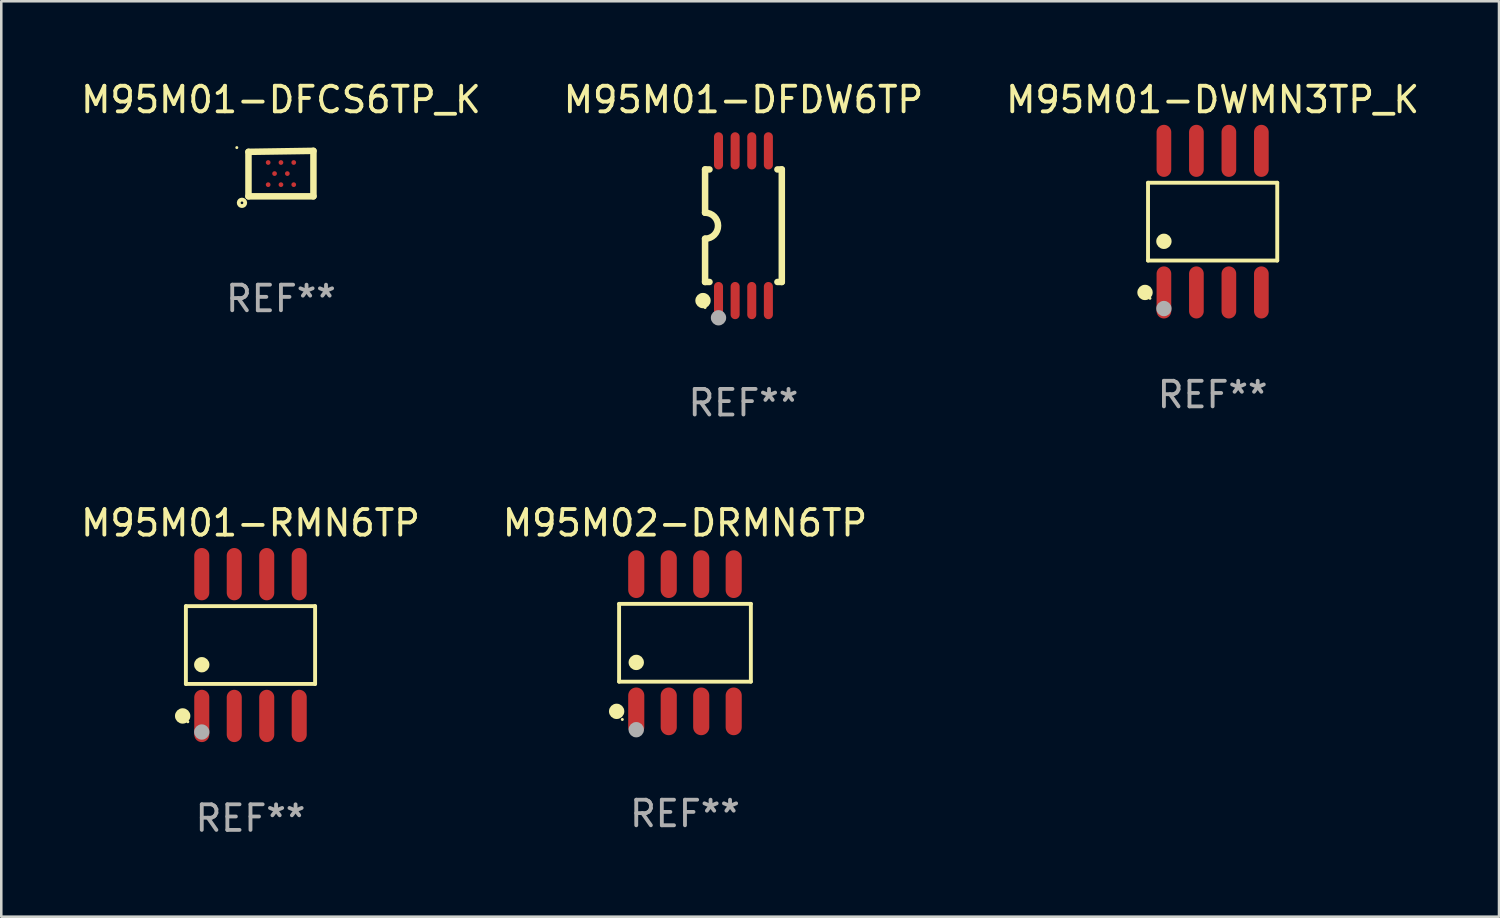
<source format=kicad_pcb>
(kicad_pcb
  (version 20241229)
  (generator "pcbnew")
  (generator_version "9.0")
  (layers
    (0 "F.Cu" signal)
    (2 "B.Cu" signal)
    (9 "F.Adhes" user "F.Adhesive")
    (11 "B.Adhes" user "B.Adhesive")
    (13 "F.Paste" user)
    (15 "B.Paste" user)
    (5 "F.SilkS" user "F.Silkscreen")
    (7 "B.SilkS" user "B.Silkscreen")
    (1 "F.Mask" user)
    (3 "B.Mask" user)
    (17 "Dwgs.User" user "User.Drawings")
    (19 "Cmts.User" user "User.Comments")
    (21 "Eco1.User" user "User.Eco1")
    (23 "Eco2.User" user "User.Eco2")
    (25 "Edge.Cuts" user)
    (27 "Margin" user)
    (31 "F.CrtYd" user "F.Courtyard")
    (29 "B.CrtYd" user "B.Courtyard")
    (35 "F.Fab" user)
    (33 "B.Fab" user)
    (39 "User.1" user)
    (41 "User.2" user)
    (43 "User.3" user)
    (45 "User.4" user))
  (footprint "M95M01-DWMN3TP_K"
    (layer "F.Cu")
    (at 44.363 5.616)
    (property "Reference" "M95M01-DWMN3TP_K" (at 0 -4.768 0) (layer "F.SilkS") (effects (font (size 1 1) (thickness 0.15))))
    (attr through_hole)
    (fp_line (start -2.526 -1.521) (end 2.526 -1.521) (stroke (width 0.152) (type solid)) (layer "F.SilkS"))
    (fp_line (start -2.526 1.521) (end -2.526 -1.521) (stroke (width 0.152) (type solid)) (layer "F.SilkS"))
    (fp_line (start 2.526 -1.521) (end 2.526 1.521) (stroke (width 0.152) (type solid)) (layer "F.SilkS"))
    (fp_line (start 2.526 1.521) (end -2.526 1.521) (stroke (width 0.152) (type solid)) (layer "F.SilkS"))
    (fp_circle (center -2.644 2.768) (end -2.494 2.768) (stroke (width 0.3) (type solid)) (fill no) (layer "F.SilkS"))
    (fp_circle (center -2.45 2.998) (end -2.42 2.998) (stroke (width 0.06) (type solid)) (fill no) (layer "F.SilkS"))
    (fp_circle (center -1.905 0.769) (end -1.755 0.769) (stroke (width 0.3) (type solid)) (fill no) (layer "F.SilkS"))
    (fp_circle (center -1.905 3.398) (end -1.755 3.398) (stroke (width 0.3) (type solid)) (fill no) (layer "F.Fab"))
    (fp_text user "REF**" (at 0 6.768 0) (layer "F.Fab") (effects (font (size 1 1) (thickness 0.15))))
    (pad "1" smd oval (at -1.905 2.768) (size 0.574 2.036) (layers "F.Cu" "F.Mask" "F.Paste"))
    (pad "2" smd oval (at -0.635 2.768) (size 0.574 2.036) (layers "F.Cu" "F.Mask" "F.Paste"))
    (pad "3" smd oval (at 0.635 2.768) (size 0.574 2.036) (layers "F.Cu" "F.Mask" "F.Paste"))
    (pad "4" smd oval (at 1.905 2.768) (size 0.574 2.036) (layers "F.Cu" "F.Mask" "F.Paste"))
    (pad "5" smd oval (at 1.905 -2.768) (size 0.574 2.036) (layers "F.Cu" "F.Mask" "F.Paste"))
    (pad "6" smd oval (at 0.635 -2.768) (size 0.574 2.036) (layers "F.Cu" "F.Mask" "F.Paste"))
    (pad "7" smd oval (at -0.635 -2.768) (size 0.574 2.036) (layers "F.Cu" "F.Mask" "F.Paste"))
    (pad "8" smd oval (at -1.905 -2.768) (size 0.574 2.036) (layers "F.Cu" "F.Mask" "F.Paste")))
  (footprint "M95M01-RMN6TP"
    (layer "F.Cu")
    (at 6.744 22.171)
    (property "Reference" "M95M01-RMN6TP" (at 0 -4.772 0) (layer "F.SilkS") (effects (font (size 1 1) (thickness 0.15))))
    (attr through_hole)
    (fp_line (start -2.526 -1.521) (end 2.526 -1.521) (stroke (width 0.152) (type solid)) (layer "F.SilkS"))
    (fp_line (start -2.526 1.521) (end -2.526 -1.521) (stroke (width 0.152) (type solid)) (layer "F.SilkS"))
    (fp_line (start 2.526 -1.521) (end 2.526 1.521) (stroke (width 0.152) (type solid)) (layer "F.SilkS"))
    (fp_line (start 2.526 1.521) (end -2.526 1.521) (stroke (width 0.152) (type solid)) (layer "F.SilkS"))
    (fp_circle (center -2.652 2.772) (end -2.501 2.772) (stroke (width 0.3) (type solid)) (fill no) (layer "F.SilkS"))
    (fp_circle (center -2.45 3) (end -2.42 3) (stroke (width 0.06) (type solid)) (fill no) (layer "F.SilkS"))
    (fp_circle (center -1.905 0.769) (end -1.755 0.769) (stroke (width 0.3) (type solid)) (fill no) (layer "F.SilkS"))
    (fp_circle (center -1.905 3.4) (end -1.755 3.4) (stroke (width 0.3) (type solid)) (fill no) (layer "F.Fab"))
    (fp_text user "REF**" (at 0 6.772 0) (layer "F.Fab") (effects (font (size 1 1) (thickness 0.15))))
    (pad "1" smd oval (at -1.905 2.772) (size 0.588 2.045) (layers "F.Cu" "F.Mask" "F.Paste"))
    (pad "2" smd oval (at -0.635 2.772) (size 0.588 2.045) (layers "F.Cu" "F.Mask" "F.Paste"))
    (pad "3" smd oval (at 0.635 2.772) (size 0.588 2.045) (layers "F.Cu" "F.Mask" "F.Paste"))
    (pad "4" smd oval (at 1.905 2.772) (size 0.588 2.045) (layers "F.Cu" "F.Mask" "F.Paste"))
    (pad "5" smd oval (at 1.905 -2.772) (size 0.588 2.045) (layers "F.Cu" "F.Mask" "F.Paste"))
    (pad "6" smd oval (at 0.635 -2.772) (size 0.588 2.045) (layers "F.Cu" "F.Mask" "F.Paste"))
    (pad "7" smd oval (at -0.635 -2.772) (size 0.588 2.045) (layers "F.Cu" "F.Mask" "F.Paste"))
    (pad "8" smd oval (at -1.905 -2.772) (size 0.588 2.045) (layers "F.Cu" "F.Mask" "F.Paste")))
  (footprint "M95M02-DRMN6TP"
    (layer "F.Cu")
    (at 23.732 22.081)
    (property "Reference" "M95M02-DRMN6TP" (at 0 -4.682 0) (layer "F.SilkS") (effects (font (size 1 1) (thickness 0.15))))
    (attr through_hole)
    (fp_line (start -2.576 -1.521) (end 2.576 -1.521) (stroke (width 0.152) (type solid)) (layer "F.SilkS"))
    (fp_line (start -2.576 1.521) (end -2.576 -1.521) (stroke (width 0.152) (type solid)) (layer "F.SilkS"))
    (fp_line (start 2.576 -1.521) (end 2.576 1.521) (stroke (width 0.152) (type solid)) (layer "F.SilkS"))
    (fp_line (start 2.576 1.521) (end -2.576 1.521) (stroke (width 0.152) (type solid)) (layer "F.SilkS"))
    (fp_circle (center -2.672 2.682) (end -2.522 2.682) (stroke (width 0.3) (type solid)) (fill no) (layer "F.SilkS"))
    (fp_circle (center -2.45 3) (end -2.42 3) (stroke (width 0.06) (type solid)) (fill no) (layer "F.SilkS"))
    (fp_circle (center -1.905 0.769) (end -1.755 0.769) (stroke (width 0.3) (type solid)) (fill no) (layer "F.SilkS"))
    (fp_circle (center -1.905 3.4) (end -1.755 3.4) (stroke (width 0.3) (type solid)) (fill no) (layer "F.Fab"))
    (fp_text user "REF**" (at 0 6.682 0) (layer "F.Fab") (effects (font (size 1 1) (thickness 0.15))))
    (pad "1" smd oval (at -1.905 2.682) (size 0.63 1.865) (layers "F.Cu" "F.Mask" "F.Paste"))
    (pad "2" smd oval (at -0.635 2.682) (size 0.63 1.865) (layers "F.Cu" "F.Mask" "F.Paste"))
    (pad "3" smd oval (at 0.635 2.682) (size 0.63 1.865) (layers "F.Cu" "F.Mask" "F.Paste"))
    (pad "4" smd oval (at 1.905 2.682) (size 0.63 1.865) (layers "F.Cu" "F.Mask" "F.Paste"))
    (pad "5" smd oval (at 1.905 -2.682) (size 0.63 1.865) (layers "F.Cu" "F.Mask" "F.Paste"))
    (pad "6" smd oval (at 0.635 -2.682) (size 0.63 1.865) (layers "F.Cu" "F.Mask" "F.Paste"))
    (pad "7" smd oval (at -0.635 -2.682) (size 0.63 1.865) (layers "F.Cu" "F.Mask" "F.Paste"))
    (pad "8" smd oval (at -1.905 -2.682) (size 0.63 1.865) (layers "F.Cu" "F.Mask" "F.Paste")))
  (footprint "M95M01-DFDW6TP"
    (layer "F.Cu")
    (at 26.018 5.775)
    (property "Reference" "M95M01-DFDW6TP" (at 0 -4.927 0) (layer "F.SilkS") (effects (font (size 1 1) (thickness 0.15))))
    (attr through_hole)
    (fp_line (start -1.5 -2.2) (end -1.5 -0.508) (stroke (width 0.254) (type solid)) (layer "F.SilkS"))
    (fp_line (start -1.5 -2.2) (end -1.328 -2.2) (stroke (width 0.254) (type solid)) (layer "F.SilkS"))
    (fp_line (start -1.5 2.2) (end -1.5 0.508) (stroke (width 0.254) (type solid)) (layer "F.SilkS"))
    (fp_line (start -1.5 2.2) (end -1.328 2.2) (stroke (width 0.254) (type solid)) (layer "F.SilkS"))
    (fp_line (start 1.328 -2.2) (end 1.5 -2.2) (stroke (width 0.254) (type solid)) (layer "F.SilkS"))
    (fp_line (start 1.328 2.2) (end 1.5 2.2) (stroke (width 0.254) (type solid)) (layer "F.SilkS"))
    (fp_line (start 1.5 -2.2) (end 1.5 2.2) (stroke (width 0.254) (type solid)) (layer "F.SilkS"))
    (fp_arc (start -1.501144 -0.508) (mid -0.993143 -0.000571) (end -1.5 0.508001) (stroke (width 0.254001) (type solid)) (layer "F.SilkS"))
    (fp_circle (center -1.581 2.927) (end -1.431 2.927) (stroke (width 0.3) (type solid)) (fill no) (layer "F.SilkS"))
    (fp_circle (center -1.5 3.2) (end -1.47 3.2) (stroke (width 0.06) (type solid)) (fill no) (layer "F.SilkS"))
    (fp_circle (center -0.975 3.6) (end -0.825 3.6) (stroke (width 0.3) (type solid)) (fill no) (layer "F.Fab"))
    (fp_text user "REF**" (at 0 6.927 0) (layer "F.Fab") (effects (font (size 1 1) (thickness 0.15))))
    (pad "1" smd oval (at -0.975 2.927) (size 0.353 1.454) (layers "F.Cu" "F.Mask" "F.Paste"))
    (pad "2" smd oval (at -0.325 2.927) (size 0.353 1.454) (layers "F.Cu" "F.Mask" "F.Paste"))
    (pad "3" smd oval (at 0.325 2.927) (size 0.353 1.454) (layers "F.Cu" "F.Mask" "F.Paste"))
    (pad "4" smd oval (at 0.975 2.927) (size 0.353 1.454) (layers "F.Cu" "F.Mask" "F.Paste"))
    (pad "5" smd oval (at 0.975 -2.927) (size 0.353 1.454) (layers "F.Cu" "F.Mask" "F.Paste"))
    (pad "6" smd oval (at 0.325 -2.927) (size 0.353 1.454) (layers "F.Cu" "F.Mask" "F.Paste"))
    (pad "7" smd oval (at -0.325 -2.927) (size 0.353 1.454) (layers "F.Cu" "F.Mask" "F.Paste"))
    (pad "8" smd oval (at -0.975 -2.927) (size 0.353 1.454) (layers "F.Cu" "F.Mask" "F.Paste")))
  (footprint "M95M01-DFCS6TP_K"
    (layer "F.Cu")
    (at 7.935 3.737)
    (property "Reference" "M95M01-DFCS6TP_K" (at 0 -2.889 0) (layer "F.SilkS") (effects (font (size 1 1) (thickness 0.15))))
    (attr through_hole)
    (fp_line (start -1.27 -0.85) (end -1.27 0.889) (stroke (width 0.254) (type solid)) (layer "F.SilkS"))
    (fp_line (start -1.27 0.889) (end 1.27 0.889) (stroke (width 0.254) (type solid)) (layer "F.SilkS"))
    (fp_line (start 1.27 -0.889) (end -1.27 -0.85) (stroke (width 0.254) (type solid)) (layer "F.SilkS"))
    (fp_line (start 1.27 0.889) (end 1.27 -0.889) (stroke (width 0.254) (type solid)) (layer "F.SilkS"))
    (fp_circle (center -1.726 -1.016) (end -1.696 -1.016) (stroke (width 0.06) (type solid)) (fill no) (layer "F.SilkS"))
    (fp_circle (center -1.524 1.143) (end -1.397 1.143) (stroke (width 0.15) (type solid)) (fill no) (layer "F.SilkS"))
    (fp_text user "REF**" (at 0 4.889 0) (layer "F.Fab") (effects (font (size 1 1) (thickness 0.15))))
    (pad "A1" smd circle (at -0.5 0.433) (size 0.185 0.185) (layers "F.Cu" "F.Mask" "F.Paste"))
    (pad "A3" smd circle (at 0.000127 0.433) (size 0.185 0.185) (layers "F.Cu" "F.Mask" "F.Paste"))
    (pad "A5" smd circle (at 0.5 0.433) (size 0.185 0.185) (layers "F.Cu" "F.Mask" "F.Paste"))
    (pad "B2" smd circle (at -0.25 -0.000127) (size 0.185 0.185) (layers "F.Cu" "F.Mask" "F.Paste"))
    (pad "B4" smd circle (at 0.25 -0.000127) (size 0.185 0.185) (layers "F.Cu" "F.Mask" "F.Paste"))
    (pad "C1" smd circle (at -0.5 -0.433) (size 0.185 0.185) (layers "F.Cu" "F.Mask" "F.Paste"))
    (pad "C3" smd circle (at 0.000127 -0.433) (size 0.185 0.185) (layers "F.Cu" "F.Mask" "F.Paste"))
    (pad "C5" smd circle (at 0.5 -0.433) (size 0.185 0.185) (layers "F.Cu" "F.Mask" "F.Paste")))
  (gr_rect
    (start -3 -3)
    (end 55.56 32.792)
    (stroke (width 0.1) (type default))
    (fill no)
    (layer "Edge.Cuts")))
</source>
